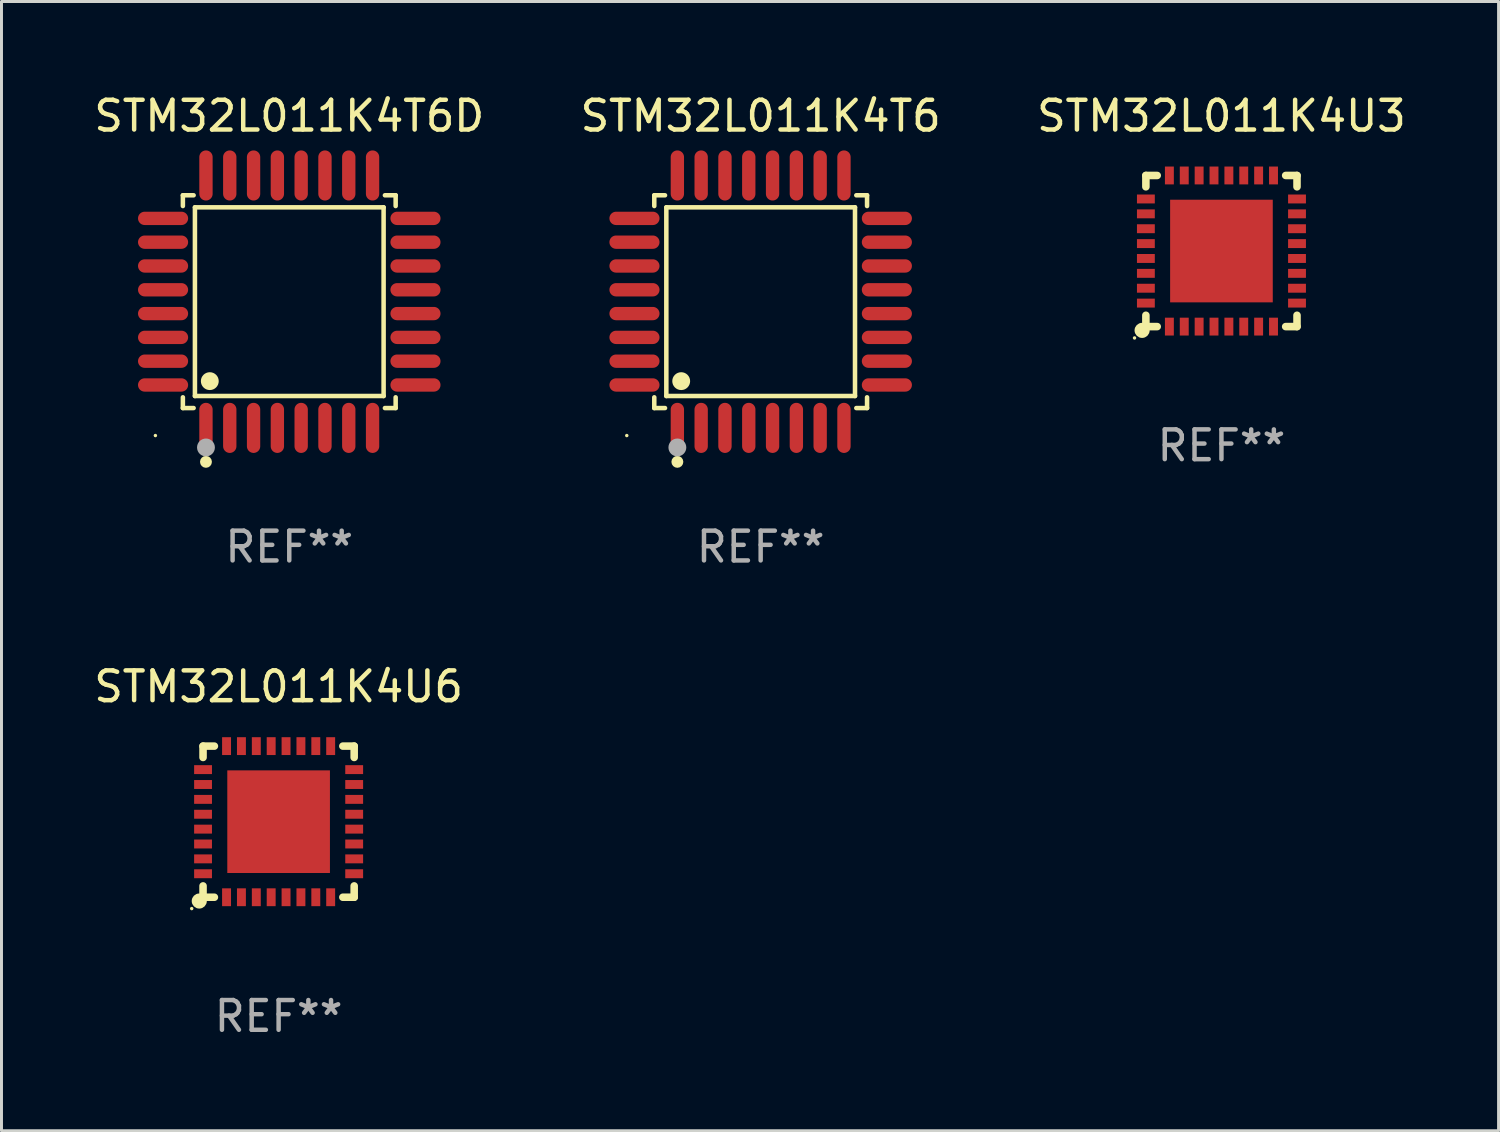
<source format=kicad_pcb>
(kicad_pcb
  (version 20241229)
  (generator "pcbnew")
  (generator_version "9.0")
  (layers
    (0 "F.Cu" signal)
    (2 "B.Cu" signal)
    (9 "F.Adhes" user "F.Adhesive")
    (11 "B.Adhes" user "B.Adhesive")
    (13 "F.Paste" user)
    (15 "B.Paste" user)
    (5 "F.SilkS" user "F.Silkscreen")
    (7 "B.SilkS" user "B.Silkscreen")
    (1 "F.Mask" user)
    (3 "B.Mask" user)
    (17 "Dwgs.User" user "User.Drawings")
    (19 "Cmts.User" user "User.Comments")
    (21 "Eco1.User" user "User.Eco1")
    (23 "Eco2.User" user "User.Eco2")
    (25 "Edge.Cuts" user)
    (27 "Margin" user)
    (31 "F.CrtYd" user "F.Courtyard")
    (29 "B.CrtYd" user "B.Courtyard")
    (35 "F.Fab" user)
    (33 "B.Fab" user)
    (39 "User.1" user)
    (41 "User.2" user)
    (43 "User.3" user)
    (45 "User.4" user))
  (footprint "STM32L011K4T6D"
    (layer "F.Cu")
    (at 6.673 7.09)
    (property "Reference" "STM32L011K4T6D" (at 0 -6.242 0) (layer "F.SilkS") (effects (font (size 1 1) (thickness 0.15))))
    (attr through_hole)
    (fp_line (start -3.576 -3.576) (end -3.215 -3.576) (stroke (width 0.152) (type solid)) (layer "F.SilkS"))
    (fp_line (start -3.576 -3.215) (end -3.576 -3.576) (stroke (width 0.152) (type solid)) (layer "F.SilkS"))
    (fp_line (start -3.576 3.215) (end -3.576 3.576) (stroke (width 0.152) (type solid)) (layer "F.SilkS"))
    (fp_line (start -3.576 3.576) (end -3.215 3.576) (stroke (width 0.152) (type solid)) (layer "F.SilkS"))
    (fp_line (start -3.171 -3.171) (end 3.171 -3.171) (stroke (width 0.152) (type solid)) (layer "F.SilkS"))
    (fp_line (start -3.171 3.171) (end -3.171 -3.171) (stroke (width 0.152) (type solid)) (layer "F.SilkS"))
    (fp_line (start 3.171 -3.171) (end 3.171 3.171) (stroke (width 0.152) (type solid)) (layer "F.SilkS"))
    (fp_line (start 3.171 3.171) (end -3.171 3.171) (stroke (width 0.152) (type solid)) (layer "F.SilkS"))
    (fp_line (start 3.576 -3.576) (end 3.215 -3.576) (stroke (width 0.152) (type solid)) (layer "F.SilkS"))
    (fp_line (start 3.576 -3.215) (end 3.576 -3.576) (stroke (width 0.152) (type solid)) (layer "F.SilkS"))
    (fp_line (start 3.576 3.215) (end 3.576 3.576) (stroke (width 0.152) (type solid)) (layer "F.SilkS"))
    (fp_line (start 3.576 3.576) (end 3.215 3.576) (stroke (width 0.152) (type solid)) (layer "F.SilkS"))
    (fp_circle (center -4.5 4.5) (end -4.47 4.5) (stroke (width 0.06) (type solid)) (fill no) (layer "F.SilkS"))
    (fp_circle (center -2.8 5.384) (end -2.7 5.384) (stroke (width 0.2) (type solid)) (fill no) (layer "F.SilkS"))
    (fp_circle (center -2.671 2.671) (end -2.521 2.671) (stroke (width 0.3) (type solid)) (fill no) (layer "F.SilkS"))
    (fp_circle (center -2.8 4.9) (end -2.65 4.9) (stroke (width 0.3) (type solid)) (fill no) (layer "F.Fab"))
    (fp_text user "REF**" (at 0 8.242 0) (layer "F.Fab") (effects (font (size 1 1) (thickness 0.15))))
    (pad "1" smd oval (at -2.8 4.242) (size 0.448 1.684) (layers "F.Cu" "F.Mask" "F.Paste"))
    (pad "2" smd oval (at -2 4.242) (size 0.448 1.684) (layers "F.Cu" "F.Mask" "F.Paste"))
    (pad "3" smd oval (at -1.2 4.242) (size 0.448 1.684) (layers "F.Cu" "F.Mask" "F.Paste"))
    (pad "4" smd oval (at -0.4 4.242) (size 0.448 1.684) (layers "F.Cu" "F.Mask" "F.Paste"))
    (pad "5" smd oval (at 0.4 4.242) (size 0.448 1.684) (layers "F.Cu" "F.Mask" "F.Paste"))
    (pad "6" smd oval (at 1.2 4.242) (size 0.448 1.684) (layers "F.Cu" "F.Mask" "F.Paste"))
    (pad "7" smd oval (at 2 4.242) (size 0.448 1.684) (layers "F.Cu" "F.Mask" "F.Paste"))
    (pad "8" smd oval (at 2.8 4.242) (size 0.448 1.684) (layers "F.Cu" "F.Mask" "F.Paste"))
    (pad "9" smd oval (at 4.242 2.8) (size 1.684 0.448) (layers "F.Cu" "F.Mask" "F.Paste"))
    (pad "10" smd oval (at 4.242 2) (size 1.684 0.448) (layers "F.Cu" "F.Mask" "F.Paste"))
    (pad "11" smd oval (at 4.242 1.2) (size 1.684 0.448) (layers "F.Cu" "F.Mask" "F.Paste"))
    (pad "12" smd oval (at 4.242 0.4) (size 1.684 0.448) (layers "F.Cu" "F.Mask" "F.Paste"))
    (pad "13" smd oval (at 4.242 -0.4) (size 1.684 0.448) (layers "F.Cu" "F.Mask" "F.Paste"))
    (pad "14" smd oval (at 4.242 -1.2) (size 1.684 0.448) (layers "F.Cu" "F.Mask" "F.Paste"))
    (pad "15" smd oval (at 4.242 -2) (size 1.684 0.448) (layers "F.Cu" "F.Mask" "F.Paste"))
    (pad "16" smd oval (at 4.242 -2.8) (size 1.684 0.448) (layers "F.Cu" "F.Mask" "F.Paste"))
    (pad "17" smd oval (at 2.8 -4.242) (size 0.448 1.684) (layers "F.Cu" "F.Mask" "F.Paste"))
    (pad "18" smd oval (at 2 -4.242) (size 0.448 1.684) (layers "F.Cu" "F.Mask" "F.Paste"))
    (pad "19" smd oval (at 1.2 -4.242) (size 0.448 1.684) (layers "F.Cu" "F.Mask" "F.Paste"))
    (pad "20" smd oval (at 0.4 -4.242) (size 0.448 1.684) (layers "F.Cu" "F.Mask" "F.Paste"))
    (pad "21" smd oval (at -0.4 -4.242) (size 0.448 1.684) (layers "F.Cu" "F.Mask" "F.Paste"))
    (pad "22" smd oval (at -1.2 -4.242) (size 0.448 1.684) (layers "F.Cu" "F.Mask" "F.Paste"))
    (pad "23" smd oval (at -2 -4.242) (size 0.448 1.684) (layers "F.Cu" "F.Mask" "F.Paste"))
    (pad "24" smd oval (at -2.8 -4.242) (size 0.448 1.684) (layers "F.Cu" "F.Mask" "F.Paste"))
    (pad "25" smd oval (at -4.242 -2.8) (size 1.684 0.448) (layers "F.Cu" "F.Mask" "F.Paste"))
    (pad "26" smd oval (at -4.242 -2) (size 1.684 0.448) (layers "F.Cu" "F.Mask" "F.Paste"))
    (pad "27" smd oval (at -4.242 -1.2) (size 1.684 0.448) (layers "F.Cu" "F.Mask" "F.Paste"))
    (pad "28" smd oval (at -4.242 -0.4) (size 1.684 0.448) (layers "F.Cu" "F.Mask" "F.Paste"))
    (pad "29" smd oval (at -4.242 0.4) (size 1.684 0.448) (layers "F.Cu" "F.Mask" "F.Paste"))
    (pad "30" smd oval (at -4.242 1.2) (size 1.684 0.448) (layers "F.Cu" "F.Mask" "F.Paste"))
    (pad "31" smd oval (at -4.242 2) (size 1.684 0.448) (layers "F.Cu" "F.Mask" "F.Paste"))
    (pad "32" smd oval (at -4.242 2.8) (size 1.684 0.448) (layers "F.Cu" "F.Mask" "F.Paste")))
  (footprint "STM32L011K4T6"
    (layer "F.Cu")
    (at 22.518 7.09)
    (property "Reference" "STM32L011K4T6" (at 0 -6.242 0) (layer "F.SilkS") (effects (font (size 1 1) (thickness 0.15))))
    (attr through_hole)
    (fp_line (start -3.576 -3.576) (end -3.215 -3.576) (stroke (width 0.152) (type solid)) (layer "F.SilkS"))
    (fp_line (start -3.576 -3.215) (end -3.576 -3.576) (stroke (width 0.152) (type solid)) (layer "F.SilkS"))
    (fp_line (start -3.576 3.215) (end -3.576 3.576) (stroke (width 0.152) (type solid)) (layer "F.SilkS"))
    (fp_line (start -3.576 3.576) (end -3.215 3.576) (stroke (width 0.152) (type solid)) (layer "F.SilkS"))
    (fp_line (start -3.171 -3.171) (end 3.171 -3.171) (stroke (width 0.152) (type solid)) (layer "F.SilkS"))
    (fp_line (start -3.171 3.171) (end -3.171 -3.171) (stroke (width 0.152) (type solid)) (layer "F.SilkS"))
    (fp_line (start 3.171 -3.171) (end 3.171 3.171) (stroke (width 0.152) (type solid)) (layer "F.SilkS"))
    (fp_line (start 3.171 3.171) (end -3.171 3.171) (stroke (width 0.152) (type solid)) (layer "F.SilkS"))
    (fp_line (start 3.576 -3.576) (end 3.215 -3.576) (stroke (width 0.152) (type solid)) (layer "F.SilkS"))
    (fp_line (start 3.576 -3.215) (end 3.576 -3.576) (stroke (width 0.152) (type solid)) (layer "F.SilkS"))
    (fp_line (start 3.576 3.215) (end 3.576 3.576) (stroke (width 0.152) (type solid)) (layer "F.SilkS"))
    (fp_line (start 3.576 3.576) (end 3.215 3.576) (stroke (width 0.152) (type solid)) (layer "F.SilkS"))
    (fp_circle (center -4.5 4.5) (end -4.47 4.5) (stroke (width 0.06) (type solid)) (fill no) (layer "F.SilkS"))
    (fp_circle (center -2.8 5.384) (end -2.7 5.384) (stroke (width 0.2) (type solid)) (fill no) (layer "F.SilkS"))
    (fp_circle (center -2.671 2.671) (end -2.521 2.671) (stroke (width 0.3) (type solid)) (fill no) (layer "F.SilkS"))
    (fp_circle (center -2.8 4.9) (end -2.65 4.9) (stroke (width 0.3) (type solid)) (fill no) (layer "F.Fab"))
    (fp_text user "REF**" (at 0 8.242 0) (layer "F.Fab") (effects (font (size 1 1) (thickness 0.15))))
    (pad "1" smd oval (at -2.8 4.242) (size 0.448 1.684) (layers "F.Cu" "F.Mask" "F.Paste"))
    (pad "2" smd oval (at -2 4.242) (size 0.448 1.684) (layers "F.Cu" "F.Mask" "F.Paste"))
    (pad "3" smd oval (at -1.2 4.242) (size 0.448 1.684) (layers "F.Cu" "F.Mask" "F.Paste"))
    (pad "4" smd oval (at -0.4 4.242) (size 0.448 1.684) (layers "F.Cu" "F.Mask" "F.Paste"))
    (pad "5" smd oval (at 0.4 4.242) (size 0.448 1.684) (layers "F.Cu" "F.Mask" "F.Paste"))
    (pad "6" smd oval (at 1.2 4.242) (size 0.448 1.684) (layers "F.Cu" "F.Mask" "F.Paste"))
    (pad "7" smd oval (at 2 4.242) (size 0.448 1.684) (layers "F.Cu" "F.Mask" "F.Paste"))
    (pad "8" smd oval (at 2.8 4.242) (size 0.448 1.684) (layers "F.Cu" "F.Mask" "F.Paste"))
    (pad "9" smd oval (at 4.242 2.8) (size 1.684 0.448) (layers "F.Cu" "F.Mask" "F.Paste"))
    (pad "10" smd oval (at 4.242 2) (size 1.684 0.448) (layers "F.Cu" "F.Mask" "F.Paste"))
    (pad "11" smd oval (at 4.242 1.2) (size 1.684 0.448) (layers "F.Cu" "F.Mask" "F.Paste"))
    (pad "12" smd oval (at 4.242 0.4) (size 1.684 0.448) (layers "F.Cu" "F.Mask" "F.Paste"))
    (pad "13" smd oval (at 4.242 -0.4) (size 1.684 0.448) (layers "F.Cu" "F.Mask" "F.Paste"))
    (pad "14" smd oval (at 4.242 -1.2) (size 1.684 0.448) (layers "F.Cu" "F.Mask" "F.Paste"))
    (pad "15" smd oval (at 4.242 -2) (size 1.684 0.448) (layers "F.Cu" "F.Mask" "F.Paste"))
    (pad "16" smd oval (at 4.242 -2.8) (size 1.684 0.448) (layers "F.Cu" "F.Mask" "F.Paste"))
    (pad "17" smd oval (at 2.8 -4.242) (size 0.448 1.684) (layers "F.Cu" "F.Mask" "F.Paste"))
    (pad "18" smd oval (at 2 -4.242) (size 0.448 1.684) (layers "F.Cu" "F.Mask" "F.Paste"))
    (pad "19" smd oval (at 1.2 -4.242) (size 0.448 1.684) (layers "F.Cu" "F.Mask" "F.Paste"))
    (pad "20" smd oval (at 0.4 -4.242) (size 0.448 1.684) (layers "F.Cu" "F.Mask" "F.Paste"))
    (pad "21" smd oval (at -0.4 -4.242) (size 0.448 1.684) (layers "F.Cu" "F.Mask" "F.Paste"))
    (pad "22" smd oval (at -1.2 -4.242) (size 0.448 1.684) (layers "F.Cu" "F.Mask" "F.Paste"))
    (pad "23" smd oval (at -2 -4.242) (size 0.448 1.684) (layers "F.Cu" "F.Mask" "F.Paste"))
    (pad "24" smd oval (at -2.8 -4.242) (size 0.448 1.684) (layers "F.Cu" "F.Mask" "F.Paste"))
    (pad "25" smd oval (at -4.242 -2.8) (size 1.684 0.448) (layers "F.Cu" "F.Mask" "F.Paste"))
    (pad "26" smd oval (at -4.242 -2) (size 1.684 0.448) (layers "F.Cu" "F.Mask" "F.Paste"))
    (pad "27" smd oval (at -4.242 -1.2) (size 1.684 0.448) (layers "F.Cu" "F.Mask" "F.Paste"))
    (pad "28" smd oval (at -4.242 -0.4) (size 1.684 0.448) (layers "F.Cu" "F.Mask" "F.Paste"))
    (pad "29" smd oval (at -4.242 0.4) (size 1.684 0.448) (layers "F.Cu" "F.Mask" "F.Paste"))
    (pad "30" smd oval (at -4.242 1.2) (size 1.684 0.448) (layers "F.Cu" "F.Mask" "F.Paste"))
    (pad "31" smd oval (at -4.242 2) (size 1.684 0.448) (layers "F.Cu" "F.Mask" "F.Paste"))
    (pad "32" smd oval (at -4.242 2.8) (size 1.684 0.448) (layers "F.Cu" "F.Mask" "F.Paste")))
  (footprint "STM32L011K4U3"
    (layer "F.Cu")
    (at 38.006 5.388)
    (property "Reference" "STM32L011K4U3" (at 0 -4.54 0) (layer "F.SilkS") (effects (font (size 1 1) (thickness 0.15))))
    (attr through_hole)
    (fp_line (start -2.54 -2.54) (end -2.159 -2.54) (stroke (width 0.254) (type solid)) (layer "F.SilkS"))
    (fp_line (start -2.54 -2.159) (end -2.54 -2.54) (stroke (width 0.254) (type solid)) (layer "F.SilkS"))
    (fp_line (start -2.54 2.54) (end -2.54 2.159) (stroke (width 0.254) (type solid)) (layer "F.SilkS"))
    (fp_line (start -2.159 2.54) (end -2.54 2.54) (stroke (width 0.254) (type solid)) (layer "F.SilkS"))
    (fp_line (start 2.159 -2.54) (end 2.54 -2.54) (stroke (width 0.254) (type solid)) (layer "F.SilkS"))
    (fp_line (start 2.54 -2.54) (end 2.54 -2.159) (stroke (width 0.254) (type solid)) (layer "F.SilkS"))
    (fp_line (start 2.54 2.159) (end 2.54 2.54) (stroke (width 0.254) (type solid)) (layer "F.SilkS"))
    (fp_line (start 2.54 2.54) (end 2.159 2.54) (stroke (width 0.254) (type solid)) (layer "F.SilkS"))
    (fp_circle (center -2.921 2.921) (end -2.891 2.921) (stroke (width 0.06) (type solid)) (fill no) (layer "F.SilkS"))
    (fp_circle (center -2.667 2.667) (end -2.54 2.667) (stroke (width 0.254) (type solid)) (fill no) (layer "F.SilkS"))
    (fp_text user "REF**" (at 0 6.54 0) (layer "F.Fab") (effects (font (size 1 1) (thickness 0.15))))
    (pad "1" smd rect (at -1.75 2.54 90) (size 0.6 0.3) (layers "F.Cu" "F.Mask" "F.Paste"))
    (pad "2" smd rect (at -1.25 2.54 90) (size 0.6 0.3) (layers "F.Cu" "F.Mask" "F.Paste"))
    (pad "3" smd rect (at -0.75 2.54 90) (size 0.6 0.3) (layers "F.Cu" "F.Mask" "F.Paste"))
    (pad "4" smd rect (at -0.25 2.54 90) (size 0.6 0.3) (layers "F.Cu" "F.Mask" "F.Paste"))
    (pad "5" smd rect (at 0.25 2.54 90) (size 0.6 0.3) (layers "F.Cu" "F.Mask" "F.Paste"))
    (pad "6" smd rect (at 0.75 2.54 90) (size 0.6 0.3) (layers "F.Cu" "F.Mask" "F.Paste"))
    (pad "7" smd rect (at 1.25 2.54 90) (size 0.6 0.3) (layers "F.Cu" "F.Mask" "F.Paste"))
    (pad "8" smd rect (at 1.75 2.54 90) (size 0.6 0.3) (layers "F.Cu" "F.Mask" "F.Paste"))
    (pad "9" smd rect (at 2.54 1.75 180) (size 0.6 0.3) (layers "F.Cu" "F.Mask" "F.Paste"))
    (pad "10" smd rect (at 2.54 1.25 180) (size 0.6 0.3) (layers "F.Cu" "F.Mask" "F.Paste"))
    (pad "11" smd rect (at 2.54 0.75 180) (size 0.6 0.3) (layers "F.Cu" "F.Mask" "F.Paste"))
    (pad "12" smd rect (at 2.54 0.25 180) (size 0.6 0.3) (layers "F.Cu" "F.Mask" "F.Paste"))
    (pad "13" smd rect (at 2.54 -0.25 180) (size 0.6 0.3) (layers "F.Cu" "F.Mask" "F.Paste"))
    (pad "14" smd rect (at 2.54 -0.75 180) (size 0.6 0.3) (layers "F.Cu" "F.Mask" "F.Paste"))
    (pad "15" smd rect (at 2.54 -1.25 180) (size 0.6 0.3) (layers "F.Cu" "F.Mask" "F.Paste"))
    (pad "16" smd rect (at 2.54 -1.75 180) (size 0.6 0.3) (layers "F.Cu" "F.Mask" "F.Paste"))
    (pad "17" smd rect (at 1.75 -2.54 270) (size 0.6 0.3) (layers "F.Cu" "F.Mask" "F.Paste"))
    (pad "18" smd rect (at 1.25 -2.54 270) (size 0.6 0.3) (layers "F.Cu" "F.Mask" "F.Paste"))
    (pad "19" smd rect (at 0.75 -2.54 270) (size 0.6 0.3) (layers "F.Cu" "F.Mask" "F.Paste"))
    (pad "20" smd rect (at 0.25 -2.54 270) (size 0.6 0.3) (layers "F.Cu" "F.Mask" "F.Paste"))
    (pad "21" smd rect (at -0.25 -2.54 270) (size 0.6 0.3) (layers "F.Cu" "F.Mask" "F.Paste"))
    (pad "22" smd rect (at -0.75 -2.54 270) (size 0.6 0.3) (layers "F.Cu" "F.Mask" "F.Paste"))
    (pad "23" smd rect (at -1.25 -2.54 270) (size 0.6 0.3) (layers "F.Cu" "F.Mask" "F.Paste"))
    (pad "24" smd rect (at -1.75 -2.54 270) (size 0.6 0.3) (layers "F.Cu" "F.Mask" "F.Paste"))
    (pad "25" smd rect (at -2.54 -1.75) (size 0.6 0.3) (layers "F.Cu" "F.Mask" "F.Paste"))
    (pad "26" smd rect (at -2.54 -1.25) (size 0.6 0.3) (layers "F.Cu" "F.Mask" "F.Paste"))
    (pad "27" smd rect (at -2.54 -0.75) (size 0.6 0.3) (layers "F.Cu" "F.Mask" "F.Paste"))
    (pad "28" smd rect (at -2.54 -0.25) (size 0.6 0.3) (layers "F.Cu" "F.Mask" "F.Paste"))
    (pad "29" smd rect (at -2.54 0.25) (size 0.6 0.3) (layers "F.Cu" "F.Mask" "F.Paste"))
    (pad "30" smd rect (at -2.54 0.75) (size 0.6 0.3) (layers "F.Cu" "F.Mask" "F.Paste"))
    (pad "31" smd rect (at -2.54 1.25) (size 0.6 0.3) (layers "F.Cu" "F.Mask" "F.Paste"))
    (pad "32" smd rect (at -2.54 1.75) (size 0.6 0.3) (layers "F.Cu" "F.Mask" "F.Paste"))
    (pad "33" smd rect (at 0 0) (size 3.45 3.45) (layers "F.Cu" "F.Mask" "F.Paste")))
  (footprint "STM32L011K4U6"
    (layer "F.Cu")
    (at 6.315 24.569)
    (property "Reference" "STM32L011K4U6" (at 0 -4.54 0) (layer "F.SilkS") (effects (font (size 1 1) (thickness 0.15))))
    (attr through_hole)
    (fp_line (start -2.54 -2.54) (end -2.159 -2.54) (stroke (width 0.254) (type solid)) (layer "F.SilkS"))
    (fp_line (start -2.54 -2.159) (end -2.54 -2.54) (stroke (width 0.254) (type solid)) (layer "F.SilkS"))
    (fp_line (start -2.54 2.54) (end -2.54 2.159) (stroke (width 0.254) (type solid)) (layer "F.SilkS"))
    (fp_line (start -2.159 2.54) (end -2.54 2.54) (stroke (width 0.254) (type solid)) (layer "F.SilkS"))
    (fp_line (start 2.159 -2.54) (end 2.54 -2.54) (stroke (width 0.254) (type solid)) (layer "F.SilkS"))
    (fp_line (start 2.54 -2.54) (end 2.54 -2.159) (stroke (width 0.254) (type solid)) (layer "F.SilkS"))
    (fp_line (start 2.54 2.159) (end 2.54 2.54) (stroke (width 0.254) (type solid)) (layer "F.SilkS"))
    (fp_line (start 2.54 2.54) (end 2.159 2.54) (stroke (width 0.254) (type solid)) (layer "F.SilkS"))
    (fp_circle (center -2.921 2.921) (end -2.891 2.921) (stroke (width 0.06) (type solid)) (fill no) (layer "F.SilkS"))
    (fp_circle (center -2.667 2.667) (end -2.54 2.667) (stroke (width 0.254) (type solid)) (fill no) (layer "F.SilkS"))
    (fp_text user "REF**" (at 0 6.54 0) (layer "F.Fab") (effects (font (size 1 1) (thickness 0.15))))
    (pad "1" smd rect (at -1.75 2.54 90) (size 0.6 0.3) (layers "F.Cu" "F.Mask" "F.Paste"))
    (pad "2" smd rect (at -1.25 2.54 90) (size 0.6 0.3) (layers "F.Cu" "F.Mask" "F.Paste"))
    (pad "3" smd rect (at -0.75 2.54 90) (size 0.6 0.3) (layers "F.Cu" "F.Mask" "F.Paste"))
    (pad "4" smd rect (at -0.25 2.54 90) (size 0.6 0.3) (layers "F.Cu" "F.Mask" "F.Paste"))
    (pad "5" smd rect (at 0.25 2.54 90) (size 0.6 0.3) (layers "F.Cu" "F.Mask" "F.Paste"))
    (pad "6" smd rect (at 0.75 2.54 90) (size 0.6 0.3) (layers "F.Cu" "F.Mask" "F.Paste"))
    (pad "7" smd rect (at 1.25 2.54 90) (size 0.6 0.3) (layers "F.Cu" "F.Mask" "F.Paste"))
    (pad "8" smd rect (at 1.75 2.54 90) (size 0.6 0.3) (layers "F.Cu" "F.Mask" "F.Paste"))
    (pad "9" smd rect (at 2.54 1.75 180) (size 0.6 0.3) (layers "F.Cu" "F.Mask" "F.Paste"))
    (pad "10" smd rect (at 2.54 1.25 180) (size 0.6 0.3) (layers "F.Cu" "F.Mask" "F.Paste"))
    (pad "11" smd rect (at 2.54 0.75 180) (size 0.6 0.3) (layers "F.Cu" "F.Mask" "F.Paste"))
    (pad "12" smd rect (at 2.54 0.25 180) (size 0.6 0.3) (layers "F.Cu" "F.Mask" "F.Paste"))
    (pad "13" smd rect (at 2.54 -0.25 180) (size 0.6 0.3) (layers "F.Cu" "F.Mask" "F.Paste"))
    (pad "14" smd rect (at 2.54 -0.75 180) (size 0.6 0.3) (layers "F.Cu" "F.Mask" "F.Paste"))
    (pad "15" smd rect (at 2.54 -1.25 180) (size 0.6 0.3) (layers "F.Cu" "F.Mask" "F.Paste"))
    (pad "16" smd rect (at 2.54 -1.75 180) (size 0.6 0.3) (layers "F.Cu" "F.Mask" "F.Paste"))
    (pad "17" smd rect (at 1.75 -2.54 270) (size 0.6 0.3) (layers "F.Cu" "F.Mask" "F.Paste"))
    (pad "18" smd rect (at 1.25 -2.54 270) (size 0.6 0.3) (layers "F.Cu" "F.Mask" "F.Paste"))
    (pad "19" smd rect (at 0.75 -2.54 270) (size 0.6 0.3) (layers "F.Cu" "F.Mask" "F.Paste"))
    (pad "20" smd rect (at 0.25 -2.54 270) (size 0.6 0.3) (layers "F.Cu" "F.Mask" "F.Paste"))
    (pad "21" smd rect (at -0.25 -2.54 270) (size 0.6 0.3) (layers "F.Cu" "F.Mask" "F.Paste"))
    (pad "22" smd rect (at -0.75 -2.54 270) (size 0.6 0.3) (layers "F.Cu" "F.Mask" "F.Paste"))
    (pad "23" smd rect (at -1.25 -2.54 270) (size 0.6 0.3) (layers "F.Cu" "F.Mask" "F.Paste"))
    (pad "24" smd rect (at -1.75 -2.54 270) (size 0.6 0.3) (layers "F.Cu" "F.Mask" "F.Paste"))
    (pad "25" smd rect (at -2.54 -1.75) (size 0.6 0.3) (layers "F.Cu" "F.Mask" "F.Paste"))
    (pad "26" smd rect (at -2.54 -1.25) (size 0.6 0.3) (layers "F.Cu" "F.Mask" "F.Paste"))
    (pad "27" smd rect (at -2.54 -0.75) (size 0.6 0.3) (layers "F.Cu" "F.Mask" "F.Paste"))
    (pad "28" smd rect (at -2.54 -0.25) (size 0.6 0.3) (layers "F.Cu" "F.Mask" "F.Paste"))
    (pad "29" smd rect (at -2.54 0.25) (size 0.6 0.3) (layers "F.Cu" "F.Mask" "F.Paste"))
    (pad "30" smd rect (at -2.54 0.75) (size 0.6 0.3) (layers "F.Cu" "F.Mask" "F.Paste"))
    (pad "31" smd rect (at -2.54 1.25) (size 0.6 0.3) (layers "F.Cu" "F.Mask" "F.Paste"))
    (pad "32" smd rect (at -2.54 1.75) (size 0.6 0.3) (layers "F.Cu" "F.Mask" "F.Paste"))
    (pad "33" smd rect (at 0 0) (size 3.45 3.45) (layers "F.Cu" "F.Mask" "F.Paste")))
  (gr_rect
    (start -3 -3)
    (end 47.321 34.957)
    (stroke (width 0.1) (type default))
    (fill no)
    (layer "Edge.Cuts")))
</source>
